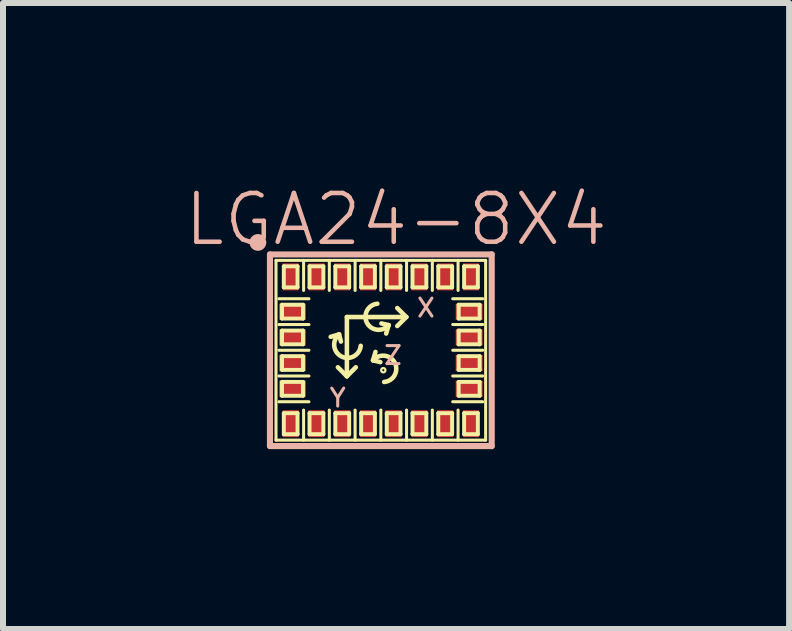
<source format=kicad_pcb>
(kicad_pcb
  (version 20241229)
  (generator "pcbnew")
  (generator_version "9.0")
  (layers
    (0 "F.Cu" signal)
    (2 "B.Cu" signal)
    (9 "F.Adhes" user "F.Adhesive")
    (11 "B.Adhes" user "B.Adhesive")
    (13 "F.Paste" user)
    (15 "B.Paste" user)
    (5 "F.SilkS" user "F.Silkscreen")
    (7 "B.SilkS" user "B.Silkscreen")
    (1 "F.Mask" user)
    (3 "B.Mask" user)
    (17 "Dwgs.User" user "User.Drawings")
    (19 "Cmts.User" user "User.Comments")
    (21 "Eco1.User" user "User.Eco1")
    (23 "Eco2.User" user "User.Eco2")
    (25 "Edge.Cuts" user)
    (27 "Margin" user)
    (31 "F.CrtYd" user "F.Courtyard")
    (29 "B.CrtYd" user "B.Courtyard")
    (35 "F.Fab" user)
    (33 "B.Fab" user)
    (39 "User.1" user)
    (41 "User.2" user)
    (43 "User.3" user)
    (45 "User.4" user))
  (footprint "LGA24-8X4"
    (layer "F.Cu")
    (at 3.301 2.791)
    (property "Reference" "LGA24-8X4" (at 0.254 -2.182 0) (layer "B.SilkS") (effects (font (size 0.813 0.813) (thickness 0.076))))
    (attr smd)
    (fp_line (start -1.748 -1.499) (end 1.748 -1.499) (stroke (width 0.051) (type solid)) (layer "F.SilkS"))
    (fp_line (start -1.748 1.499) (end -1.748 -1.499) (stroke (width 0.051) (type solid)) (layer "F.SilkS"))
    (fp_line (start -1.699 -0.859) (end -1.199 -0.859) (stroke (width 0.051) (type solid)) (layer "F.SilkS"))
    (fp_line (start -1.699 -0.429) (end -1.199 -0.429) (stroke (width 0.051) (type solid)) (layer "F.SilkS"))
    (fp_line (start -1.699 0) (end -1.199 0) (stroke (width 0.051) (type solid)) (layer "F.SilkS"))
    (fp_line (start -1.699 0.429) (end -1.199 0.429) (stroke (width 0.051) (type solid)) (layer "F.SilkS"))
    (fp_line (start -1.699 0.859) (end -1.199 0.859) (stroke (width 0.051) (type solid)) (layer "F.SilkS"))
    (fp_line (start -1.648 -0.759) (end -1.298 -0.759) (stroke (width 0.066) (type solid)) (layer "F.SilkS"))
    (fp_line (start -1.648 -0.528) (end -1.648 -0.759) (stroke (width 0.066) (type solid)) (layer "F.SilkS"))
    (fp_line (start -1.648 -0.528) (end -1.298 -0.528) (stroke (width 0.066) (type solid)) (layer "F.SilkS"))
    (fp_line (start -1.648 -0.328) (end -1.298 -0.328) (stroke (width 0.066) (type solid)) (layer "F.SilkS"))
    (fp_line (start -1.648 -0.099) (end -1.648 -0.328) (stroke (width 0.066) (type solid)) (layer "F.SilkS"))
    (fp_line (start -1.648 -0.099) (end -1.298 -0.099) (stroke (width 0.066) (type solid)) (layer "F.SilkS"))
    (fp_line (start -1.648 0.099) (end -1.298 0.099) (stroke (width 0.066) (type solid)) (layer "F.SilkS"))
    (fp_line (start -1.648 0.328) (end -1.648 0.099) (stroke (width 0.066) (type solid)) (layer "F.SilkS"))
    (fp_line (start -1.648 0.328) (end -1.298 0.328) (stroke (width 0.066) (type solid)) (layer "F.SilkS"))
    (fp_line (start -1.648 0.528) (end -1.298 0.528) (stroke (width 0.066) (type solid)) (layer "F.SilkS"))
    (fp_line (start -1.648 0.759) (end -1.648 0.528) (stroke (width 0.066) (type solid)) (layer "F.SilkS"))
    (fp_line (start -1.648 0.759) (end -1.298 0.759) (stroke (width 0.066) (type solid)) (layer "F.SilkS"))
    (fp_line (start -1.618 -1.4) (end -1.389 -1.4) (stroke (width 0.066) (type solid)) (layer "F.SilkS"))
    (fp_line (start -1.618 -1.049) (end -1.618 -1.4) (stroke (width 0.066) (type solid)) (layer "F.SilkS"))
    (fp_line (start -1.618 -1.049) (end -1.389 -1.049) (stroke (width 0.066) (type solid)) (layer "F.SilkS"))
    (fp_line (start -1.618 1.049) (end -1.389 1.049) (stroke (width 0.066) (type solid)) (layer "F.SilkS"))
    (fp_line (start -1.618 1.4) (end -1.618 1.049) (stroke (width 0.066) (type solid)) (layer "F.SilkS"))
    (fp_line (start -1.618 1.4) (end -1.389 1.4) (stroke (width 0.066) (type solid)) (layer "F.SilkS"))
    (fp_line (start -1.389 -1.049) (end -1.389 -1.4) (stroke (width 0.066) (type solid)) (layer "F.SilkS"))
    (fp_line (start -1.389 1.4) (end -1.389 1.049) (stroke (width 0.066) (type solid)) (layer "F.SilkS"))
    (fp_line (start -1.298 -0.528) (end -1.298 -0.759) (stroke (width 0.066) (type solid)) (layer "F.SilkS"))
    (fp_line (start -1.298 -0.099) (end -1.298 -0.328) (stroke (width 0.066) (type solid)) (layer "F.SilkS"))
    (fp_line (start -1.298 0.328) (end -1.298 0.099) (stroke (width 0.066) (type solid)) (layer "F.SilkS"))
    (fp_line (start -1.298 0.759) (end -1.298 0.528) (stroke (width 0.066) (type solid)) (layer "F.SilkS"))
    (fp_line (start -1.288 -1.499) (end -1.288 -0.998) (stroke (width 0.051) (type solid)) (layer "F.SilkS"))
    (fp_line (start -1.288 1.499) (end -1.288 0.998) (stroke (width 0.051) (type solid)) (layer "F.SilkS"))
    (fp_line (start -1.189 -1.4) (end -0.958 -1.4) (stroke (width 0.066) (type solid)) (layer "F.SilkS"))
    (fp_line (start -1.189 -1.049) (end -1.189 -1.4) (stroke (width 0.066) (type solid)) (layer "F.SilkS"))
    (fp_line (start -1.189 -1.049) (end -0.958 -1.049) (stroke (width 0.066) (type solid)) (layer "F.SilkS"))
    (fp_line (start -1.189 1.049) (end -0.958 1.049) (stroke (width 0.066) (type solid)) (layer "F.SilkS"))
    (fp_line (start -1.189 1.4) (end -1.189 1.049) (stroke (width 0.066) (type solid)) (layer "F.SilkS"))
    (fp_line (start -1.189 1.4) (end -0.958 1.4) (stroke (width 0.066) (type solid)) (layer "F.SilkS"))
    (fp_line (start -0.958 -1.049) (end -0.958 -1.4) (stroke (width 0.066) (type solid)) (layer "F.SilkS"))
    (fp_line (start -0.958 1.4) (end -0.958 1.049) (stroke (width 0.066) (type solid)) (layer "F.SilkS"))
    (fp_line (start -0.859 -1.499) (end -0.859 -0.998) (stroke (width 0.051) (type solid)) (layer "F.SilkS"))
    (fp_line (start -0.859 1.499) (end -0.859 0.998) (stroke (width 0.051) (type solid)) (layer "F.SilkS"))
    (fp_line (start -0.759 -1.4) (end -0.528 -1.4) (stroke (width 0.066) (type solid)) (layer "F.SilkS"))
    (fp_line (start -0.759 -1.049) (end -0.759 -1.4) (stroke (width 0.066) (type solid)) (layer "F.SilkS"))
    (fp_line (start -0.759 -1.049) (end -0.528 -1.049) (stroke (width 0.066) (type solid)) (layer "F.SilkS"))
    (fp_line (start -0.759 1.049) (end -0.528 1.049) (stroke (width 0.066) (type solid)) (layer "F.SilkS"))
    (fp_line (start -0.759 1.4) (end -0.759 1.049) (stroke (width 0.066) (type solid)) (layer "F.SilkS"))
    (fp_line (start -0.759 1.4) (end -0.528 1.4) (stroke (width 0.066) (type solid)) (layer "F.SilkS"))
    (fp_line (start -0.696 -0.264) (end -0.836 -0.224) (stroke (width 0.076) (type solid)) (layer "F.SilkS"))
    (fp_line (start -0.696 -0.264) (end -0.665 -0.145) (stroke (width 0.076) (type solid)) (layer "F.SilkS"))
    (fp_line (start -0.566 0.432) (end -0.566 -0.554) (stroke (width 0.076) (type solid)) (layer "F.SilkS"))
    (fp_line (start -0.566 0.434) (end -0.716 0.284) (stroke (width 0.076) (type solid)) (layer "F.SilkS"))
    (fp_line (start -0.566 0.434) (end -0.417 0.284) (stroke (width 0.076) (type solid)) (layer "F.SilkS"))
    (fp_line (start -0.528 -1.049) (end -0.528 -1.4) (stroke (width 0.066) (type solid)) (layer "F.SilkS"))
    (fp_line (start -0.528 1.4) (end -0.528 1.049) (stroke (width 0.066) (type solid)) (layer "F.SilkS"))
    (fp_line (start -0.429 -1.499) (end -0.429 -0.998) (stroke (width 0.051) (type solid)) (layer "F.SilkS"))
    (fp_line (start -0.429 1.499) (end -0.429 0.998) (stroke (width 0.051) (type solid)) (layer "F.SilkS"))
    (fp_line (start -0.328 -1.4) (end -0.099 -1.4) (stroke (width 0.066) (type solid)) (layer "F.SilkS"))
    (fp_line (start -0.328 -1.049) (end -0.328 -1.4) (stroke (width 0.066) (type solid)) (layer "F.SilkS"))
    (fp_line (start -0.328 -1.049) (end -0.099 -1.049) (stroke (width 0.066) (type solid)) (layer "F.SilkS"))
    (fp_line (start -0.328 1.049) (end -0.099 1.049) (stroke (width 0.066) (type solid)) (layer "F.SilkS"))
    (fp_line (start -0.328 1.4) (end -0.328 1.049) (stroke (width 0.066) (type solid)) (layer "F.SilkS"))
    (fp_line (start -0.328 1.4) (end -0.099 1.4) (stroke (width 0.066) (type solid)) (layer "F.SilkS"))
    (fp_line (start -0.13 0.168) (end -0.089 0.028) (stroke (width 0.076) (type solid)) (layer "F.SilkS"))
    (fp_line (start -0.13 0.168) (end -0.008 0.198) (stroke (width 0.076) (type solid)) (layer "F.SilkS"))
    (fp_line (start -0.099 -1.049) (end -0.099 -1.4) (stroke (width 0.066) (type solid)) (layer "F.SilkS"))
    (fp_line (start -0.099 1.4) (end -0.099 1.049) (stroke (width 0.066) (type solid)) (layer "F.SilkS"))
    (fp_line (start 0 -1.499) (end 0 -0.998) (stroke (width 0.051) (type solid)) (layer "F.SilkS"))
    (fp_line (start 0 1.499) (end 0 0.998) (stroke (width 0.051) (type solid)) (layer "F.SilkS"))
    (fp_line (start 0.099 -1.4) (end 0.328 -1.4) (stroke (width 0.066) (type solid)) (layer "F.SilkS"))
    (fp_line (start 0.099 -1.049) (end 0.099 -1.4) (stroke (width 0.066) (type solid)) (layer "F.SilkS"))
    (fp_line (start 0.099 -1.049) (end 0.328 -1.049) (stroke (width 0.066) (type solid)) (layer "F.SilkS"))
    (fp_line (start 0.099 1.049) (end 0.328 1.049) (stroke (width 0.066) (type solid)) (layer "F.SilkS"))
    (fp_line (start 0.099 1.4) (end 0.099 1.049) (stroke (width 0.066) (type solid)) (layer "F.SilkS"))
    (fp_line (start 0.099 1.4) (end 0.328 1.4) (stroke (width 0.066) (type solid)) (layer "F.SilkS"))
    (fp_line (start 0.13 -0.419) (end 0.01 -0.447) (stroke (width 0.076) (type solid)) (layer "F.SilkS"))
    (fp_line (start 0.13 -0.419) (end 0.089 -0.279) (stroke (width 0.076) (type solid)) (layer "F.SilkS"))
    (fp_line (start 0.328 -1.049) (end 0.328 -1.4) (stroke (width 0.066) (type solid)) (layer "F.SilkS"))
    (fp_line (start 0.328 1.4) (end 0.328 1.049) (stroke (width 0.066) (type solid)) (layer "F.SilkS"))
    (fp_line (start 0.424 -0.554) (end -0.566 -0.554) (stroke (width 0.076) (type solid)) (layer "F.SilkS"))
    (fp_line (start 0.424 -0.554) (end 0.274 -0.704) (stroke (width 0.076) (type solid)) (layer "F.SilkS"))
    (fp_line (start 0.424 -0.554) (end 0.274 -0.404) (stroke (width 0.076) (type solid)) (layer "F.SilkS"))
    (fp_line (start 0.429 -1.499) (end 0.429 -0.998) (stroke (width 0.051) (type solid)) (layer "F.SilkS"))
    (fp_line (start 0.429 1.499) (end 0.429 0.998) (stroke (width 0.051) (type solid)) (layer "F.SilkS"))
    (fp_line (start 0.528 -1.4) (end 0.759 -1.4) (stroke (width 0.066) (type solid)) (layer "F.SilkS"))
    (fp_line (start 0.528 -1.049) (end 0.528 -1.4) (stroke (width 0.066) (type solid)) (layer "F.SilkS"))
    (fp_line (start 0.528 -1.049) (end 0.759 -1.049) (stroke (width 0.066) (type solid)) (layer "F.SilkS"))
    (fp_line (start 0.528 1.049) (end 0.759 1.049) (stroke (width 0.066) (type solid)) (layer "F.SilkS"))
    (fp_line (start 0.528 1.4) (end 0.528 1.049) (stroke (width 0.066) (type solid)) (layer "F.SilkS"))
    (fp_line (start 0.528 1.4) (end 0.759 1.4) (stroke (width 0.066) (type solid)) (layer "F.SilkS"))
    (fp_line (start 0.759 -1.049) (end 0.759 -1.4) (stroke (width 0.066) (type solid)) (layer "F.SilkS"))
    (fp_line (start 0.759 1.4) (end 0.759 1.049) (stroke (width 0.066) (type solid)) (layer "F.SilkS"))
    (fp_line (start 0.859 -1.499) (end 0.859 -0.998) (stroke (width 0.051) (type solid)) (layer "F.SilkS"))
    (fp_line (start 0.859 1.499) (end 0.859 0.998) (stroke (width 0.051) (type solid)) (layer "F.SilkS"))
    (fp_line (start 0.958 -1.4) (end 1.189 -1.4) (stroke (width 0.066) (type solid)) (layer "F.SilkS"))
    (fp_line (start 0.958 -1.049) (end 0.958 -1.4) (stroke (width 0.066) (type solid)) (layer "F.SilkS"))
    (fp_line (start 0.958 -1.049) (end 1.189 -1.049) (stroke (width 0.066) (type solid)) (layer "F.SilkS"))
    (fp_line (start 0.958 1.049) (end 1.189 1.049) (stroke (width 0.066) (type solid)) (layer "F.SilkS"))
    (fp_line (start 0.958 1.4) (end 0.958 1.049) (stroke (width 0.066) (type solid)) (layer "F.SilkS"))
    (fp_line (start 0.958 1.4) (end 1.189 1.4) (stroke (width 0.066) (type solid)) (layer "F.SilkS"))
    (fp_line (start 1.189 -1.049) (end 1.189 -1.4) (stroke (width 0.066) (type solid)) (layer "F.SilkS"))
    (fp_line (start 1.189 1.4) (end 1.189 1.049) (stroke (width 0.066) (type solid)) (layer "F.SilkS"))
    (fp_line (start 1.288 -1.499) (end 1.288 -0.998) (stroke (width 0.051) (type solid)) (layer "F.SilkS"))
    (fp_line (start 1.288 1.499) (end 1.288 0.998) (stroke (width 0.051) (type solid)) (layer "F.SilkS"))
    (fp_line (start 1.298 -0.759) (end 1.648 -0.759) (stroke (width 0.066) (type solid)) (layer "F.SilkS"))
    (fp_line (start 1.298 -0.528) (end 1.298 -0.759) (stroke (width 0.066) (type solid)) (layer "F.SilkS"))
    (fp_line (start 1.298 -0.528) (end 1.648 -0.528) (stroke (width 0.066) (type solid)) (layer "F.SilkS"))
    (fp_line (start 1.298 -0.328) (end 1.648 -0.328) (stroke (width 0.066) (type solid)) (layer "F.SilkS"))
    (fp_line (start 1.298 -0.099) (end 1.298 -0.328) (stroke (width 0.066) (type solid)) (layer "F.SilkS"))
    (fp_line (start 1.298 -0.099) (end 1.648 -0.099) (stroke (width 0.066) (type solid)) (layer "F.SilkS"))
    (fp_line (start 1.298 0.099) (end 1.648 0.099) (stroke (width 0.066) (type solid)) (layer "F.SilkS"))
    (fp_line (start 1.298 0.328) (end 1.298 0.099) (stroke (width 0.066) (type solid)) (layer "F.SilkS"))
    (fp_line (start 1.298 0.328) (end 1.648 0.328) (stroke (width 0.066) (type solid)) (layer "F.SilkS"))
    (fp_line (start 1.298 0.528) (end 1.648 0.528) (stroke (width 0.066) (type solid)) (layer "F.SilkS"))
    (fp_line (start 1.298 0.759) (end 1.298 0.528) (stroke (width 0.066) (type solid)) (layer "F.SilkS"))
    (fp_line (start 1.298 0.759) (end 1.648 0.759) (stroke (width 0.066) (type solid)) (layer "F.SilkS"))
    (fp_line (start 1.389 -1.4) (end 1.618 -1.4) (stroke (width 0.066) (type solid)) (layer "F.SilkS"))
    (fp_line (start 1.389 -1.049) (end 1.389 -1.4) (stroke (width 0.066) (type solid)) (layer "F.SilkS"))
    (fp_line (start 1.389 -1.049) (end 1.618 -1.049) (stroke (width 0.066) (type solid)) (layer "F.SilkS"))
    (fp_line (start 1.389 1.049) (end 1.618 1.049) (stroke (width 0.066) (type solid)) (layer "F.SilkS"))
    (fp_line (start 1.389 1.4) (end 1.389 1.049) (stroke (width 0.066) (type solid)) (layer "F.SilkS"))
    (fp_line (start 1.389 1.4) (end 1.618 1.4) (stroke (width 0.066) (type solid)) (layer "F.SilkS"))
    (fp_line (start 1.618 -1.049) (end 1.618 -1.4) (stroke (width 0.066) (type solid)) (layer "F.SilkS"))
    (fp_line (start 1.618 1.4) (end 1.618 1.049) (stroke (width 0.066) (type solid)) (layer "F.SilkS"))
    (fp_line (start 1.648 -0.528) (end 1.648 -0.759) (stroke (width 0.066) (type solid)) (layer "F.SilkS"))
    (fp_line (start 1.648 -0.099) (end 1.648 -0.328) (stroke (width 0.066) (type solid)) (layer "F.SilkS"))
    (fp_line (start 1.648 0.328) (end 1.648 0.099) (stroke (width 0.066) (type solid)) (layer "F.SilkS"))
    (fp_line (start 1.648 0.759) (end 1.648 0.528) (stroke (width 0.066) (type solid)) (layer "F.SilkS"))
    (fp_line (start 1.699 -0.859) (end 1.199 -0.859) (stroke (width 0.051) (type solid)) (layer "F.SilkS"))
    (fp_line (start 1.699 -0.429) (end 1.199 -0.429) (stroke (width 0.051) (type solid)) (layer "F.SilkS"))
    (fp_line (start 1.699 0) (end 1.199 0) (stroke (width 0.051) (type solid)) (layer "F.SilkS"))
    (fp_line (start 1.699 0.429) (end 1.199 0.429) (stroke (width 0.051) (type solid)) (layer "F.SilkS"))
    (fp_line (start 1.699 0.859) (end 1.199 0.859) (stroke (width 0.051) (type solid)) (layer "F.SilkS"))
    (fp_line (start 1.748 -1.499) (end 1.748 1.499) (stroke (width 0.051) (type solid)) (layer "F.SilkS"))
    (fp_line (start 1.748 1.499) (end -1.748 1.499) (stroke (width 0.051) (type solid)) (layer "F.SilkS"))
    (fp_arc (start -0.33528 -0.07366) (mid -0.659599 0.102403) (end -0.698148 -0.264605) (stroke (width 0.0762) (type solid)) (layer "F.SilkS"))
    (fp_arc (start -0.12954 0.16764) (mid 0.233666 0.209434) (end 0.056061 0.528998) (stroke (width 0.0762) (type solid)) (layer "F.SilkS"))
    (fp_arc (start 0.12954 -0.4191) (mid -0.231319 -0.457382) (end -0.057857 -0.776122) (stroke (width 0.0762) (type solid)) (layer "F.SilkS"))
    (fp_circle (center 0.041 0.333) (end 0.053 0.345) (stroke (width 0.038) (type solid)) (fill no) (layer "F.SilkS"))
    (fp_line (start -1.849 -1.598) (end 1.849 -1.598) (stroke (width 0.102) (type solid)) (layer "B.SilkS"))
    (fp_line (start -1.849 1.598) (end -1.849 -1.598) (stroke (width 0.102) (type solid)) (layer "B.SilkS"))
    (fp_line (start 1.849 -1.598) (end 1.849 1.598) (stroke (width 0.102) (type solid)) (layer "B.SilkS"))
    (fp_line (start 1.849 1.598) (end -1.849 1.598) (stroke (width 0.102) (type solid)) (layer "B.SilkS"))
    (fp_circle (center -2.05 -1.798) (end -2.149 -1.897) (stroke (width 0) (type solid)) (fill yes) (layer "B.SilkS"))
    (fp_text user "Y" (at -0.719 0.795 180) (layer "B.SilkS") (effects (font (size 0.3 0.3) (thickness 0.051))))
    (fp_text user "X" (at 0.752 -0.706 0) (layer "B.SilkS") (effects (font (size 0.3 0.3) (thickness 0.051))))
    (fp_text user "Z" (at 0.203 0.086 180) (layer "B.SilkS") (effects (font (size 0.3 0.3) (thickness 0.051))))
    (pad "1" smd rect (at -1.504 -1.224 90) (size 0.45 0.269) (layers "F.Cu" "F.Mask" "F.Paste"))
    (pad "2" smd rect (at -1.473 -0.643 180) (size 0.45 0.269) (layers "F.Cu" "F.Mask" "F.Paste"))
    (pad "3" smd rect (at -1.473 -0.213 180) (size 0.45 0.269) (layers "F.Cu" "F.Mask" "F.Paste"))
    (pad "4" smd rect (at -1.473 0.213 180) (size 0.45 0.269) (layers "F.Cu" "F.Mask" "F.Paste"))
    (pad "5" smd rect (at -1.473 0.643 180) (size 0.45 0.269) (layers "F.Cu" "F.Mask" "F.Paste"))
    (pad "6" smd rect (at -1.504 1.224 270) (size 0.45 0.269) (layers "F.Cu" "F.Mask" "F.Paste"))
    (pad "7" smd rect (at -1.074 1.224 270) (size 0.45 0.269) (layers "F.Cu" "F.Mask" "F.Paste"))
    (pad "8" smd rect (at -0.643 1.224 270) (size 0.45 0.269) (layers "F.Cu" "F.Mask" "F.Paste"))
    (pad "9" smd rect (at -0.213 1.224 270) (size 0.45 0.269) (layers "F.Cu" "F.Mask" "F.Paste"))
    (pad "10" smd rect (at 0.213 1.224 270) (size 0.45 0.269) (layers "F.Cu" "F.Mask" "F.Paste"))
    (pad "11" smd rect (at 0.643 1.224 270) (size 0.45 0.269) (layers "F.Cu" "F.Mask" "F.Paste"))
    (pad "12" smd rect (at 1.074 1.224 270) (size 0.45 0.269) (layers "F.Cu" "F.Mask" "F.Paste"))
    (pad "13" smd rect (at 1.504 1.224 270) (size 0.45 0.269) (layers "F.Cu" "F.Mask" "F.Paste"))
    (pad "14" smd rect (at 1.473 0.643) (size 0.45 0.269) (layers "F.Cu" "F.Mask" "F.Paste"))
    (pad "15" smd rect (at 1.473 0.213) (size 0.45 0.269) (layers "F.Cu" "F.Mask" "F.Paste"))
    (pad "16" smd rect (at 1.473 -0.213) (size 0.45 0.269) (layers "F.Cu" "F.Mask" "F.Paste"))
    (pad "17" smd rect (at 1.473 -0.643) (size 0.45 0.269) (layers "F.Cu" "F.Mask" "F.Paste"))
    (pad "18" smd rect (at 1.504 -1.224 90) (size 0.45 0.269) (layers "F.Cu" "F.Mask" "F.Paste"))
    (pad "19" smd rect (at 1.074 -1.224 90) (size 0.45 0.269) (layers "F.Cu" "F.Mask" "F.Paste"))
    (pad "20" smd rect (at 0.643 -1.224 90) (size 0.45 0.269) (layers "F.Cu" "F.Mask" "F.Paste"))
    (pad "21" smd rect (at 0.213 -1.224 90) (size 0.45 0.269) (layers "F.Cu" "F.Mask" "F.Paste"))
    (pad "22" smd rect (at -0.213 -1.224 90) (size 0.45 0.269) (layers "F.Cu" "F.Mask" "F.Paste"))
    (pad "23" smd rect (at -0.643 -1.224 90) (size 0.45 0.269) (layers "F.Cu" "F.Mask" "F.Paste"))
    (pad "24" smd rect (at -1.074 -1.224 90) (size 0.45 0.269) (layers "F.Cu" "F.Mask" "F.Paste")))
  (gr_rect
    (start -3 -3)
    (end 10.11 7.44)
    (stroke (width 0.1) (type default))
    (fill no)
    (layer "Edge.Cuts")))
</source>
